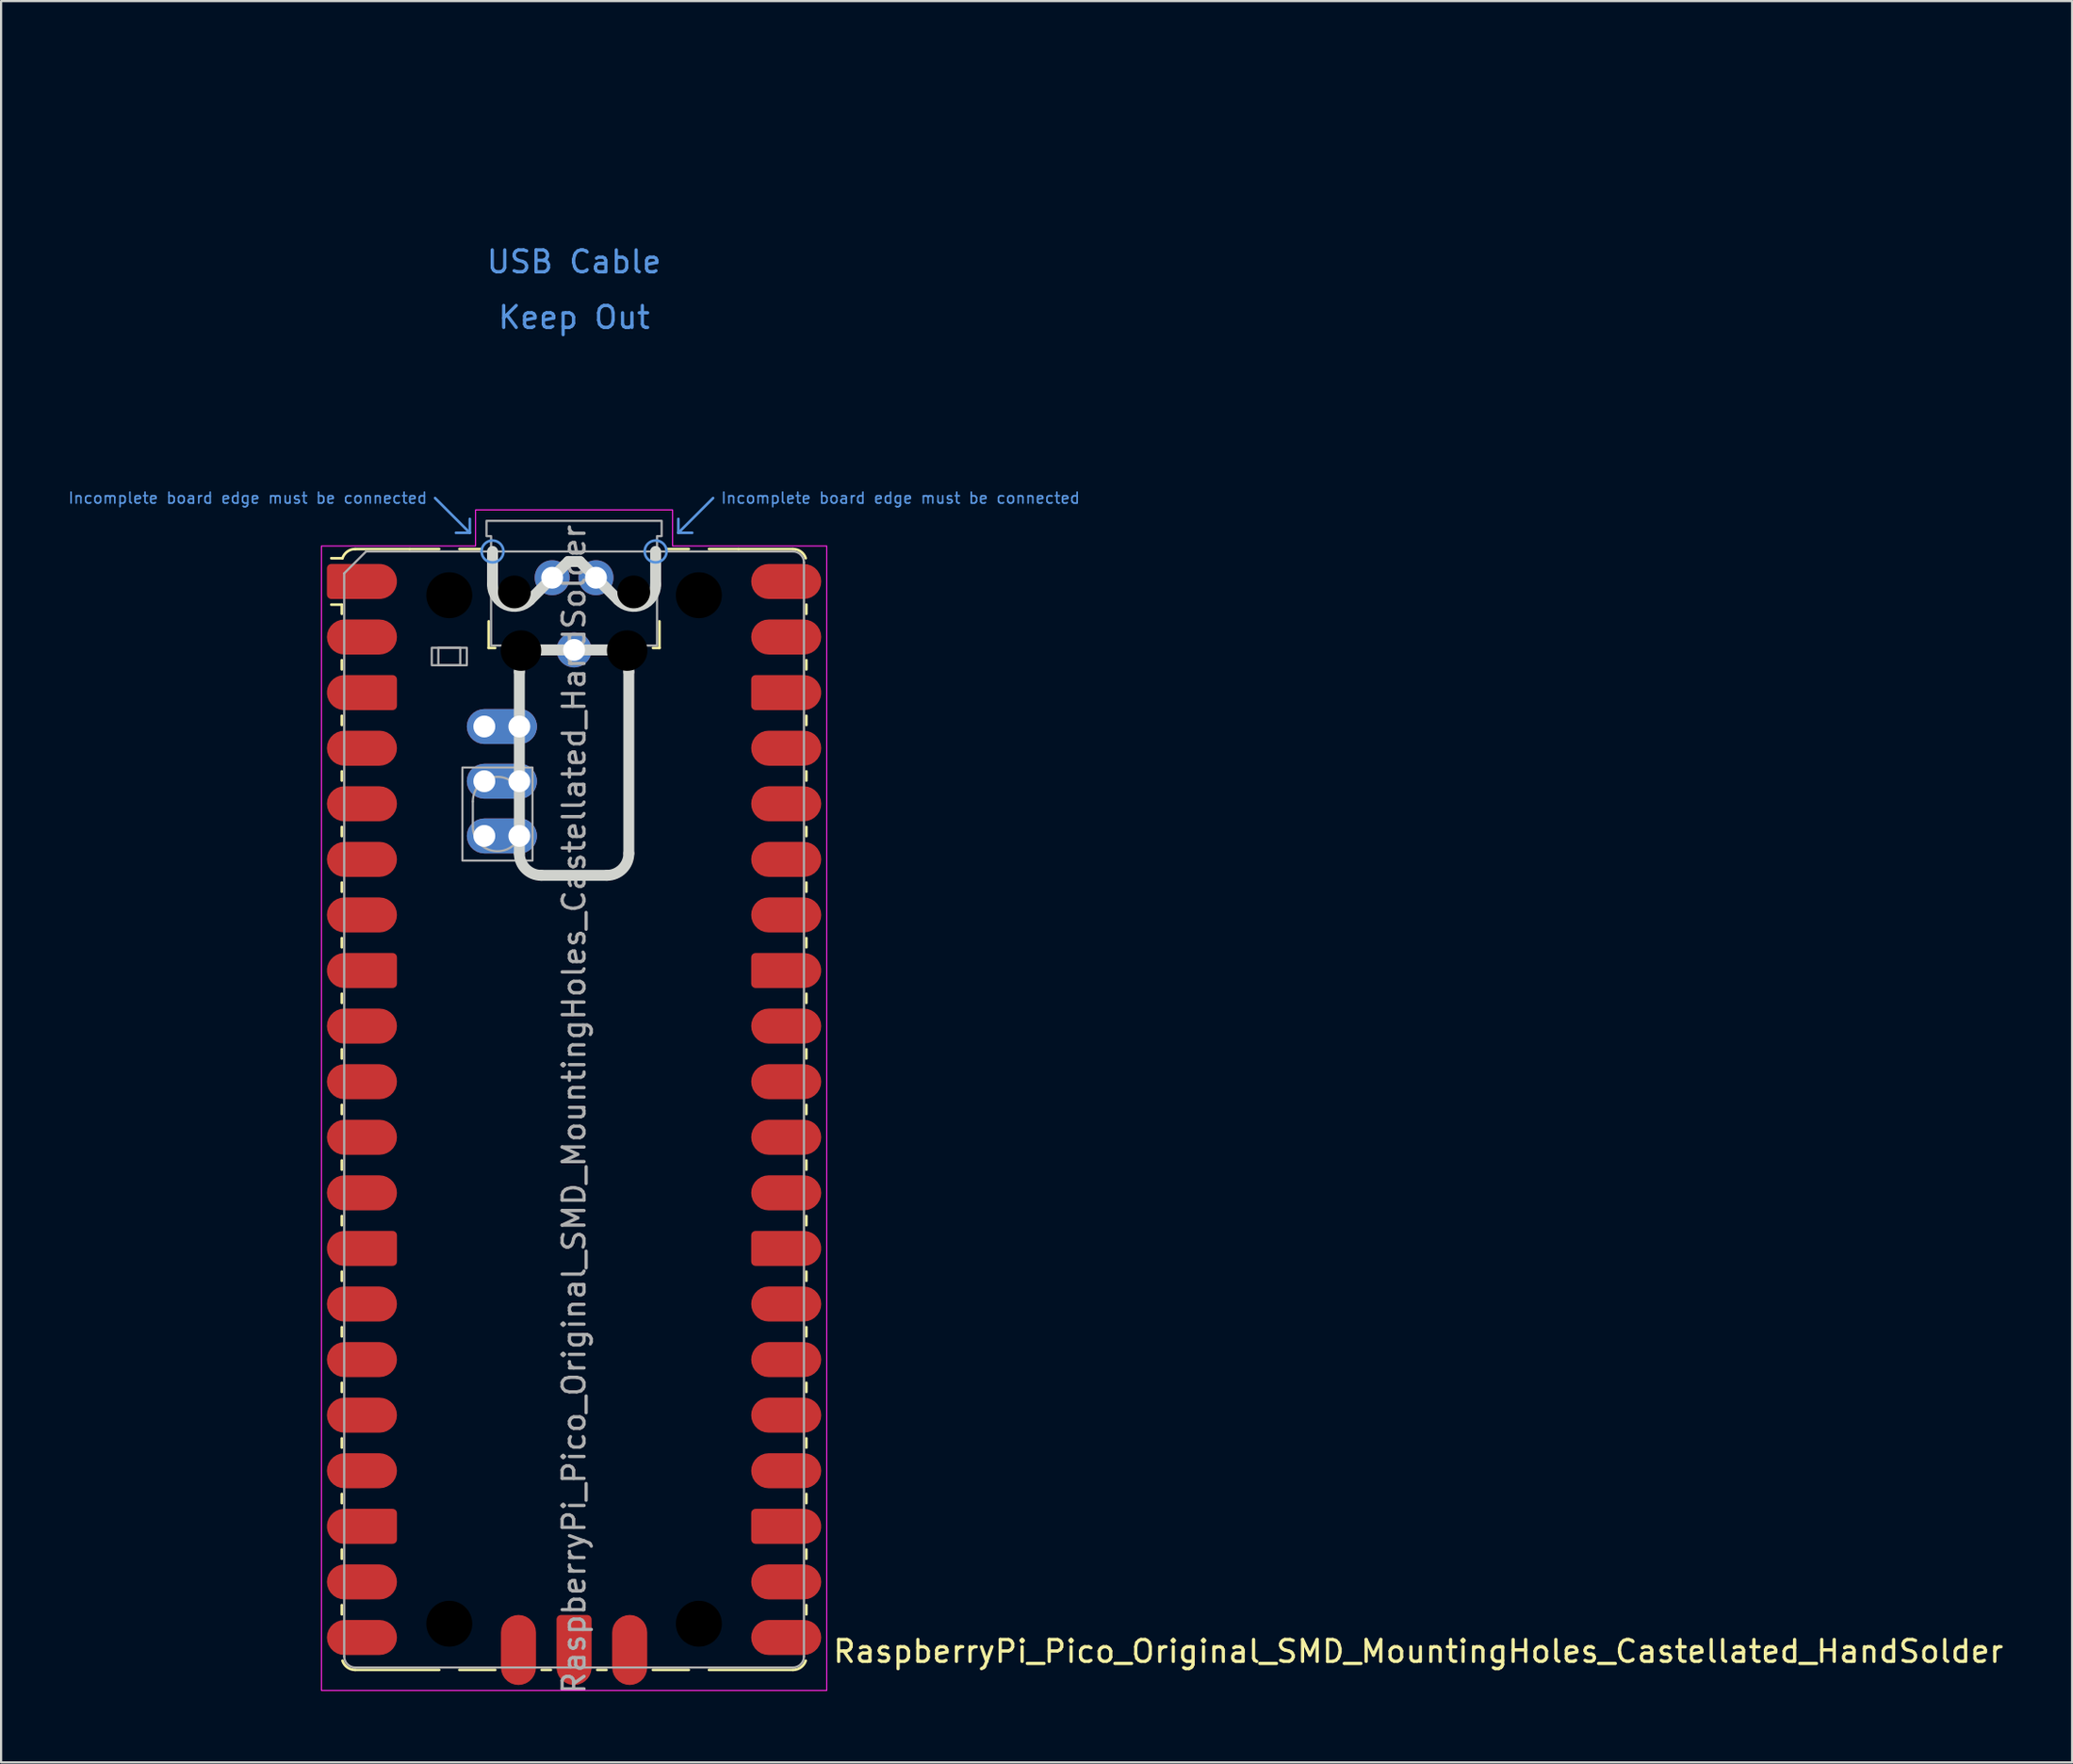
<source format=kicad_pcb>
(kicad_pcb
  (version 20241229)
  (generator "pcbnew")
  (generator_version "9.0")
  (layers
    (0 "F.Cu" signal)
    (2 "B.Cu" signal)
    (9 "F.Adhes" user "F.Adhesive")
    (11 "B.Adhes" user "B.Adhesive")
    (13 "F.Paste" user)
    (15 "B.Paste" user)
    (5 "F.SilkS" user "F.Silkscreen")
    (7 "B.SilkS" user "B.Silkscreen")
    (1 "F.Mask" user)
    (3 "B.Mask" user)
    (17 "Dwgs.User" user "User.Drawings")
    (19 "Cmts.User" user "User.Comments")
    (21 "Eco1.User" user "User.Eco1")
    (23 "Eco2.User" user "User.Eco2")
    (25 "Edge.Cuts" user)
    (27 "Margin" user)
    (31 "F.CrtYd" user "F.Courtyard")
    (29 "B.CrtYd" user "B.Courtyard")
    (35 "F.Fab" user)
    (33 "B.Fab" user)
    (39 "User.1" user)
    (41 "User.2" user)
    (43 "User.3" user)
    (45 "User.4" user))
  (footprint "RaspberryPi_Pico_Original_SMD_MountingHoles_Castellated_HandSolder"
    (layer "F.Cu")
    (at 23.173 47.65)
    (property "Reference" "RaspberryPi_Pico_Original_SMD_MountingHoles_Castellated_HandSolder" (at 11.748 24.765 0) (unlocked yes) (layer "F.SilkS") (effects (font (size 1 1) (thickness 0.15)) (justify left)))
    (attr smd)
    (fp_line (start -10.61 -23.07) (end -11.09 -23.07) (stroke (width 0.12) (type solid)) (layer "F.SilkS"))
    (fp_line (start -10.61 -23.07) (end -10.61 -22.65) (stroke (width 0.12) (type solid)) (layer "F.SilkS"))
    (fp_line (start -10.61 -20.53) (end -10.61 -20.11) (stroke (width 0.12) (type solid)) (layer "F.SilkS"))
    (fp_line (start -10.61 -17.99) (end -10.61 -17.57) (stroke (width 0.12) (type solid)) (layer "F.SilkS"))
    (fp_line (start -10.61 -15.45) (end -10.61 -15.03) (stroke (width 0.12) (type solid)) (layer "F.SilkS"))
    (fp_line (start -10.61 -12.91) (end -10.61 -12.49) (stroke (width 0.12) (type solid)) (layer "F.SilkS"))
    (fp_line (start -10.61 -10.37) (end -10.61 -9.95) (stroke (width 0.12) (type solid)) (layer "F.SilkS"))
    (fp_line (start -10.61 -7.83) (end -10.61 -7.41) (stroke (width 0.12) (type solid)) (layer "F.SilkS"))
    (fp_line (start -10.61 -5.29) (end -10.61 -4.87) (stroke (width 0.12) (type solid)) (layer "F.SilkS"))
    (fp_line (start -10.61 -2.75) (end -10.61 -2.33) (stroke (width 0.12) (type solid)) (layer "F.SilkS"))
    (fp_line (start -10.61 -0.21) (end -10.61 0.21) (stroke (width 0.12) (type solid)) (layer "F.SilkS"))
    (fp_line (start -10.61 2.33) (end -10.61 2.75) (stroke (width 0.12) (type solid)) (layer "F.SilkS"))
    (fp_line (start -10.61 4.87) (end -10.61 5.29) (stroke (width 0.12) (type solid)) (layer "F.SilkS"))
    (fp_line (start -10.61 7.41) (end -10.61 7.83) (stroke (width 0.12) (type solid)) (layer "F.SilkS"))
    (fp_line (start -10.61 9.95) (end -10.61 10.37) (stroke (width 0.12) (type solid)) (layer "F.SilkS"))
    (fp_line (start -10.61 12.49) (end -10.61 12.91) (stroke (width 0.12) (type solid)) (layer "F.SilkS"))
    (fp_line (start -10.61 15.03) (end -10.61 15.45) (stroke (width 0.12) (type solid)) (layer "F.SilkS"))
    (fp_line (start -10.61 17.57) (end -10.61 17.99) (stroke (width 0.12) (type solid)) (layer "F.SilkS"))
    (fp_line (start -10.61 20.11) (end -10.61 20.53) (stroke (width 0.12) (type solid)) (layer "F.SilkS"))
    (fp_line (start -10.61 22.65) (end -10.61 23.07) (stroke (width 0.12) (type solid)) (layer "F.SilkS"))
    (fp_line (start -10.58 -25.19) (end -11.09 -25.19) (stroke (width 0.12) (type solid)) (layer "F.SilkS"))
    (fp_line (start -10 -25.61) (end -7.51 -25.61) (stroke (width 0.12) (type solid)) (layer "F.SilkS"))
    (fp_line (start -10 25.61) (end -6.162 25.61) (stroke (width 0.12) (type solid)) (layer "F.SilkS"))
    (fp_line (start -7.51 -25.61) (end -6.162 -25.61) (stroke (width 0.12) (type solid)) (layer "F.SilkS"))
    (fp_line (start -5.238 -25.61) (end -4.235 -25.61) (stroke (width 0.12) (type solid)) (layer "F.SilkS"))
    (fp_line (start -3.9 -22.306) (end -3.9 -21.09) (stroke (width 0.12) (type solid)) (layer "F.SilkS"))
    (fp_line (start -3.9 -21.09) (end -3.604 -21.09) (stroke (width 0.12) (type solid)) (layer "F.SilkS"))
    (fp_line (start -3.6 25.61) (end -5.238 25.61) (stroke (width 0.12) (type solid)) (layer "F.SilkS"))
    (fp_line (start -1.48 25.61) (end -1.06 25.61) (stroke (width 0.12) (type solid)) (layer "F.SilkS"))
    (fp_line (start 1.06 25.61) (end 1.48 25.61) (stroke (width 0.12) (type solid)) (layer "F.SilkS"))
    (fp_line (start 3.604 -21.09) (end 3.9 -21.09) (stroke (width 0.12) (type solid)) (layer "F.SilkS"))
    (fp_line (start 3.9 -22.306) (end 3.9 -21.09) (stroke (width 0.12) (type solid)) (layer "F.SilkS"))
    (fp_line (start 4.235 -25.61) (end 5.238 -25.61) (stroke (width 0.12) (type solid)) (layer "F.SilkS"))
    (fp_line (start 5.238 25.61) (end 3.6 25.61) (stroke (width 0.12) (type solid)) (layer "F.SilkS"))
    (fp_line (start 6.162 -25.61) (end 7.51 -25.61) (stroke (width 0.12) (type solid)) (layer "F.SilkS"))
    (fp_line (start 6.162 25.61) (end 10 25.61) (stroke (width 0.12) (type solid)) (layer "F.SilkS"))
    (fp_line (start 10 -25.61) (end 7.51 -25.61) (stroke (width 0.12) (type solid)) (layer "F.SilkS"))
    (fp_line (start 10.61 -23.07) (end 10.61 -22.65) (stroke (width 0.12) (type solid)) (layer "F.SilkS"))
    (fp_line (start 10.61 -20.53) (end 10.61 -20.11) (stroke (width 0.12) (type solid)) (layer "F.SilkS"))
    (fp_line (start 10.61 -17.99) (end 10.61 -17.57) (stroke (width 0.12) (type solid)) (layer "F.SilkS"))
    (fp_line (start 10.61 -15.45) (end 10.61 -15.03) (stroke (width 0.12) (type solid)) (layer "F.SilkS"))
    (fp_line (start 10.61 -12.91) (end 10.61 -12.49) (stroke (width 0.12) (type solid)) (layer "F.SilkS"))
    (fp_line (start 10.61 -10.37) (end 10.61 -9.95) (stroke (width 0.12) (type solid)) (layer "F.SilkS"))
    (fp_line (start 10.61 -7.83) (end 10.61 -7.41) (stroke (width 0.12) (type solid)) (layer "F.SilkS"))
    (fp_line (start 10.61 -5.29) (end 10.61 -4.87) (stroke (width 0.12) (type solid)) (layer "F.SilkS"))
    (fp_line (start 10.61 -2.75) (end 10.61 -2.33) (stroke (width 0.12) (type solid)) (layer "F.SilkS"))
    (fp_line (start 10.61 -0.21) (end 10.61 0.21) (stroke (width 0.12) (type solid)) (layer "F.SilkS"))
    (fp_line (start 10.61 2.33) (end 10.61 2.75) (stroke (width 0.12) (type solid)) (layer "F.SilkS"))
    (fp_line (start 10.61 4.87) (end 10.61 5.29) (stroke (width 0.12) (type solid)) (layer "F.SilkS"))
    (fp_line (start 10.61 7.41) (end 10.61 7.83) (stroke (width 0.12) (type solid)) (layer "F.SilkS"))
    (fp_line (start 10.61 9.95) (end 10.61 10.37) (stroke (width 0.12) (type solid)) (layer "F.SilkS"))
    (fp_line (start 10.61 12.49) (end 10.61 12.91) (stroke (width 0.12) (type solid)) (layer "F.SilkS"))
    (fp_line (start 10.61 15.03) (end 10.61 15.45) (stroke (width 0.12) (type solid)) (layer "F.SilkS"))
    (fp_line (start 10.61 17.57) (end 10.61 17.99) (stroke (width 0.12) (type solid)) (layer "F.SilkS"))
    (fp_line (start 10.61 20.11) (end 10.61 20.53) (stroke (width 0.12) (type solid)) (layer "F.SilkS"))
    (fp_line (start 10.61 22.65) (end 10.61 23.07) (stroke (width 0.12) (type solid)) (layer "F.SilkS"))
    (fp_arc (start -10.579676 -25.189937) (mid -10.357938 -25.493944) (end -10 -25.61) (stroke (width 0.12) (type solid)) (layer "F.SilkS"))
    (fp_arc (start -10 25.61) (mid -10.357937 25.493944) (end -10.579676 25.189937) (stroke (width 0.12) (type solid)) (layer "F.SilkS"))
    (fp_arc (start 10 -25.61) (mid 10.357937 -25.493944) (end 10.579676 -25.189937) (stroke (width 0.12) (type solid)) (layer "F.SilkS"))
    (fp_arc (start 10.579676 25.189937) (mid 10.357958 25.493991) (end 10 25.61) (stroke (width 0.12) (type solid)) (layer "F.SilkS"))
    (fp_line (start -6.35 -27.94) (end -4.763 -26.352) (stroke (width 0.12) (type solid)) (layer "Cmts.User"))
    (fp_line (start -4.763 -26.352) (end -5.397 -26.352) (stroke (width 0.12) (type solid)) (layer "Cmts.User"))
    (fp_line (start -4.763 -26.352) (end -4.763 -26.988) (stroke (width 0.12) (type solid)) (layer "Cmts.User"))
    (fp_line (start 4.763 -26.352) (end 4.763 -26.988) (stroke (width 0.12) (type solid)) (layer "Cmts.User"))
    (fp_line (start 4.763 -26.352) (end 5.397 -26.352) (stroke (width 0.12) (type solid)) (layer "Cmts.User"))
    (fp_line (start 6.35 -27.94) (end 4.763 -26.352) (stroke (width 0.12) (type solid)) (layer "Cmts.User"))
    (fp_circle (center -3.725 -25.5) (end -3.225 -25.5) (stroke (width 0.12) (type solid)) (fill no) (layer "Cmts.User"))
    (fp_circle (center 3.725 -25.5) (end 3.225 -25.5) (stroke (width 0.12) (type solid)) (fill no) (layer "Cmts.User"))
    (fp_line (start -3.725 -23.989) (end -3.725 -25.5) (stroke (width 0.5) (type solid)) (layer "Edge.Cuts"))
    (fp_line (start -2.5 -20) (end -2.5 -11.7) (stroke (width 0.5) (type solid)) (layer "Edge.Cuts"))
    (fp_line (start -2.018 -23.282) (end -0.258 -25.042) (stroke (width 0.5) (type solid)) (layer "Edge.Cuts"))
    (fp_line (start 0.258 -25.042) (end -0.258 -25.042) (stroke (width 0.5) (type solid)) (layer "Edge.Cuts"))
    (fp_line (start 1.5 -21) (end -1.5 -21) (stroke (width 0.5) (type solid)) (layer "Edge.Cuts"))
    (fp_line (start 1.5 -10.7) (end -1.5 -10.7) (stroke (width 0.5) (type solid)) (layer "Edge.Cuts"))
    (fp_line (start 2.018 -23.282) (end 0.258 -25.042) (stroke (width 0.5) (type solid)) (layer "Edge.Cuts"))
    (fp_line (start 2.5 -11.7) (end 2.5 -20) (stroke (width 0.5) (type solid)) (layer "Edge.Cuts"))
    (fp_line (start 3.725 -23.989) (end 3.725 -25.5) (stroke (width 0.5) (type solid)) (layer "Edge.Cuts"))
    (fp_arc (start -2.5 -20) (mid -2.207118 -20.707118) (end -1.5 -21) (stroke (width 0.5) (type solid)) (layer "Edge.Cuts"))
    (fp_arc (start -2.017893 -23.282106) (mid -3.107711 -23.065266) (end -3.725 -23.989213) (stroke (width 0.5) (type solid)) (layer "Edge.Cuts"))
    (fp_arc (start -1.5 -10.7) (mid -2.20711 -10.99289) (end -2.5 -11.7) (stroke (width 0.5) (type solid)) (layer "Edge.Cuts"))
    (fp_arc (start 1.5 -21) (mid 2.207107 -20.707107) (end 2.5 -20) (stroke (width 0.5) (type solid)) (layer "Edge.Cuts"))
    (fp_arc (start 2.5 -11.7) (mid 2.207095 -10.992905) (end 1.5 -10.7) (stroke (width 0.5) (type solid)) (layer "Edge.Cuts"))
    (fp_arc (start 3.725 -23.989213) (mid 3.107698 -23.06529) (end 2.017893 -23.282106) (stroke (width 0.5) (type solid)) (layer "Edge.Cuts"))
    (fp_poly (pts (xy -4.5 -27.4) (xy 4.5 -27.4) (xy 4.5 -25.75) (xy 11.54 -25.75) (xy 11.54 26.55) (xy -11.54 26.55) (xy -11.54 -25.75) (xy -4.5 -25.75)) (stroke (width 0.05) (type solid)) (fill no) (layer "F.CrtYd"))
    (fp_line (start -10.5 -24.5) (end -9.5 -25.5) (stroke (width 0.1) (type solid)) (layer "F.Fab"))
    (fp_line (start -10.5 25) (end -10.5 -24.5) (stroke (width 0.1) (type solid)) (layer "F.Fab"))
    (fp_line (start -9.5 -25.5) (end 10 -25.5) (stroke (width 0.1) (type solid)) (layer "F.Fab"))
    (fp_line (start -4.625 -14.075) (end -4.625 -12.925) (stroke (width 0.1) (type solid)) (layer "F.Fab"))
    (fp_line (start -2.375 -14.075) (end -2.375 -12.925) (stroke (width 0.1) (type solid)) (layer "F.Fab"))
    (fp_line (start 10 25.5) (end -10 25.5) (stroke (width 0.1) (type solid)) (layer "F.Fab"))
    (fp_line (start 10.5 -25) (end 10.5 25) (stroke (width 0.1) (type solid)) (layer "F.Fab"))
    (fp_rect (start -6.5 -21.1) (end -4.9 -20.3) (stroke (width 0.1) (type solid)) (fill no) (layer "F.Fab"))
    (fp_rect (start -6.2 -21.1) (end -5.2 -20.3) (stroke (width 0.1) (type solid)) (fill no) (layer "F.Fab"))
    (fp_rect (start -5.1 -15.625) (end -1.9 -11.375) (stroke (width 0.1) (type solid)) (fill no) (layer "F.Fab"))
    (fp_arc (start -10 25.5) (mid -10.353553 25.353553) (end -10.5 25) (stroke (width 0.1) (type solid)) (layer "F.Fab"))
    (fp_arc (start -4.625 -14.075) (mid -3.5 -15.2) (end -2.375 -14.075) (stroke (width 0.1) (type solid)) (layer "F.Fab"))
    (fp_arc (start -2.375 -12.925) (mid -3.5 -11.8) (end -4.625 -12.925) (stroke (width 0.1) (type solid)) (layer "F.Fab"))
    (fp_arc (start 10 -25.5) (mid 10.353553 -25.353553) (end 10.5 -25) (stroke (width 0.1) (type solid)) (layer "F.Fab"))
    (fp_arc (start 10.5 25) (mid 10.353553 25.353553) (end 10 25.5) (stroke (width 0.1) (type solid)) (layer "F.Fab"))
    (fp_poly (pts (xy 3.79 -21.2) (xy 3.79 -26.2) (xy 4 -26.2) (xy 4 -26.9) (xy -4 -26.9) (xy -4 -26.2) (xy -3.79 -26.2) (xy -3.79 -21.2)) (stroke (width 0.1) (type solid)) (fill no) (layer "F.Fab"))
    (fp_text user "Incomplete board edge must be connected" (at 6.668 -27.94 0) (unlocked yes) (layer "Cmts.User") (effects (font (size 0.5 0.5) (thickness 0.075)) (justify left)))
    (fp_text user "Incomplete board edge must be connected" (at -6.668 -27.94 0) (unlocked yes) (layer "Cmts.User") (effects (font (size 0.5 0.5) (thickness 0.075)) (justify right)))
    (fp_text user "USB Cable" (at 0 -38.735 0) (unlocked yes) (layer "Cmts.User") (effects (font (size 1 1) (thickness 0.15))))
    (fp_text user "Keep Out" (at 0 -36.195 0) (unlocked yes) (layer "Cmts.User") (effects (font (size 1 1) (thickness 0.15))))
    (fp_text user "${REFERENCE}" (at 0 0 90) (layer "F.Fab") (effects (font (size 1 1) (thickness 0.15))))
    (pad "" np_thru_hole circle (at -5.7 -23.5) (size 3.8 3.8) (drill 2.1) (layers "*.Mask"))
    (pad "" np_thru_hole circle (at -5.7 23.5) (size 3.8 3.8) (drill 2.1) (layers "*.Mask"))
    (pad "" np_thru_hole circle (at -2.725 -23.65) (size 1.5 1.5) (drill 1.5) (layers "*.Mask"))
    (pad "" np_thru_hole circle (at -2.425 -20.97) (size 1.85 1.85) (drill 1.85) (layers "*.Mask"))
    (pad "" np_thru_hole circle (at 2.425 -20.97) (size 1.85 1.85) (drill 1.85) (layers "*.Mask"))
    (pad "" np_thru_hole circle (at 2.725 -23.65) (size 1.5 1.5) (drill 1.5) (layers "*.Mask"))
    (pad "" np_thru_hole circle (at 5.7 -23.5) (size 3.8 3.8) (drill 2.1) (layers "*.Mask"))
    (pad "" np_thru_hole circle (at 5.7 23.5) (size 3.8 3.8) (drill 2.1) (layers "*.Mask"))
    (pad "1" smd custom (at -8.89 -24.13) (size 1.6 1.6) (layers "F.Cu" "F.Mask" "F.Paste") (options (anchor circle)) (primitives (gr_poly (pts (xy -2.4 0.6) (xy -2.4 -0.6) (xy -2.2 -0.8) (xy 0 -0.8) (xy 0 0.8) (xy -2.2 0.8)) (width 0) (fill yes)) (gr_circle (center -2.2 0.6) (end -2 0.6) (width 0) (fill yes)) (gr_circle (center -2.2 -0.6) (end -2 -0.6) (width 0) (fill yes))))
    (pad "2" smd roundrect (at -8.89 -21.59) (size 3.2 1.6) (drill (offset -0.8 0)) (layers "F.Cu" "F.Mask" "F.Paste") (roundrect_rratio 0.5))
    (pad "3" smd custom (at -8.89 -19.05) (size 1.6 1.6) (layers "F.Cu" "F.Mask" "F.Paste") (options (anchor circle)) (primitives (gr_poly (pts (xy 0.8 -0.6) (xy 0.8 0.6) (xy 0.6 0.8) (xy -1.6 0.8) (xy -1.6 -0.8) (xy 0.6 -0.8)) (width 0) (fill yes)) (gr_circle (center 0.6 0.6) (end 0.8 0.6) (width 0) (fill yes)) (gr_circle (center 0.6 -0.6) (end 0.8 -0.6) (width 0) (fill yes)) (gr_circle (center -1.6 0) (end -0.8 0) (width 0) (fill yes))))
    (pad "4" smd roundrect (at -8.89 -16.51) (size 3.2 1.6) (drill (offset -0.8 0)) (layers "F.Cu" "F.Mask" "F.Paste") (roundrect_rratio 0.5))
    (pad "5" smd roundrect (at -8.89 -13.97) (size 3.2 1.6) (drill (offset -0.8 0)) (layers "F.Cu" "F.Mask" "F.Paste") (roundrect_rratio 0.5))
    (pad "6" smd roundrect (at -8.89 -11.43) (size 3.2 1.6) (drill (offset -0.8 0)) (layers "F.Cu" "F.Mask" "F.Paste") (roundrect_rratio 0.5))
    (pad "7" smd roundrect (at -8.89 -8.89) (size 3.2 1.6) (drill (offset -0.8 0)) (layers "F.Cu" "F.Mask" "F.Paste") (roundrect_rratio 0.5))
    (pad "8" smd custom (at -8.89 -6.35) (size 1.6 1.6) (layers "F.Cu" "F.Mask" "F.Paste") (options (anchor circle)) (primitives (gr_poly (pts (xy 0.8 -0.6) (xy 0.8 0.6) (xy 0.6 0.8) (xy -1.6 0.8) (xy -1.6 -0.8) (xy 0.6 -0.8)) (width 0) (fill yes)) (gr_circle (center 0.6 0.6) (end 0.8 0.6) (width 0) (fill yes)) (gr_circle (center 0.6 -0.6) (end 0.8 -0.6) (width 0) (fill yes)) (gr_circle (center -1.6 0) (end -0.8 0) (width 0) (fill yes))))
    (pad "9" smd roundrect (at -8.89 -3.81) (size 3.2 1.6) (drill (offset -0.8 0)) (layers "F.Cu" "F.Mask" "F.Paste") (roundrect_rratio 0.5))
    (pad "10" smd roundrect (at -8.89 -1.27) (size 3.2 1.6) (drill (offset -0.8 0)) (layers "F.Cu" "F.Mask" "F.Paste") (roundrect_rratio 0.5))
    (pad "11" smd roundrect (at -8.89 1.27) (size 3.2 1.6) (drill (offset -0.8 0)) (layers "F.Cu" "F.Mask" "F.Paste") (roundrect_rratio 0.5))
    (pad "12" smd roundrect (at -8.89 3.81) (size 3.2 1.6) (drill (offset -0.8 0)) (layers "F.Cu" "F.Mask" "F.Paste") (roundrect_rratio 0.5))
    (pad "13" smd custom (at -8.89 6.35) (size 1.6 1.6) (layers "F.Cu" "F.Mask" "F.Paste") (options (anchor circle)) (primitives (gr_poly (pts (xy 0.8 -0.6) (xy 0.8 0.6) (xy 0.6 0.8) (xy -1.6 0.8) (xy -1.6 -0.8) (xy 0.6 -0.8)) (width 0) (fill yes)) (gr_circle (center 0.6 0.6) (end 0.8 0.6) (width 0) (fill yes)) (gr_circle (center 0.6 -0.6) (end 0.8 -0.6) (width 0) (fill yes)) (gr_circle (center -1.6 0) (end -0.8 0) (width 0) (fill yes))))
    (pad "14" smd roundrect (at -8.89 8.89) (size 3.2 1.6) (drill (offset -0.8 0)) (layers "F.Cu" "F.Mask" "F.Paste") (roundrect_rratio 0.5))
    (pad "15" smd roundrect (at -8.89 11.43) (size 3.2 1.6) (drill (offset -0.8 0)) (layers "F.Cu" "F.Mask" "F.Paste") (roundrect_rratio 0.5))
    (pad "16" smd roundrect (at -8.89 13.97) (size 3.2 1.6) (drill (offset -0.8 0)) (layers "F.Cu" "F.Mask" "F.Paste") (roundrect_rratio 0.5))
    (pad "17" smd roundrect (at -8.89 16.51) (size 3.2 1.6) (drill (offset -0.8 0)) (layers "F.Cu" "F.Mask" "F.Paste") (roundrect_rratio 0.5))
    (pad "18" smd custom (at -8.89 19.05) (size 1.6 1.6) (layers "F.Cu" "F.Mask" "F.Paste") (options (anchor circle)) (primitives (gr_poly (pts (xy 0.8 -0.6) (xy 0.8 0.6) (xy 0.6 0.8) (xy -1.6 0.8) (xy -1.6 -0.8) (xy 0.6 -0.8)) (width 0) (fill yes)) (gr_circle (center 0.6 0.6) (end 0.8 0.6) (width 0) (fill yes)) (gr_circle (center 0.6 -0.6) (end 0.8 -0.6) (width 0) (fill yes)) (gr_circle (center -1.6 0) (end -0.8 0) (width 0) (fill yes))))
    (pad "19" smd roundrect (at -8.89 21.59) (size 3.2 1.6) (drill (offset -0.8 0)) (layers "F.Cu" "F.Mask" "F.Paste") (roundrect_rratio 0.5))
    (pad "20" smd roundrect (at -8.89 24.13) (size 3.2 1.6) (drill (offset -0.8 0)) (layers "F.Cu" "F.Mask" "F.Paste") (roundrect_rratio 0.5))
    (pad "21" smd roundrect (at 8.89 24.13) (size 3.2 1.6) (drill (offset 0.8 0)) (layers "F.Cu" "F.Mask" "F.Paste") (roundrect_rratio 0.5))
    (pad "22" smd roundrect (at 8.89 21.59) (size 3.2 1.6) (drill (offset 0.8 0)) (layers "F.Cu" "F.Mask" "F.Paste") (roundrect_rratio 0.5))
    (pad "23" smd custom (at 8.89 19.05) (size 1.6 1.6) (layers "F.Cu" "F.Mask" "F.Paste") (options (anchor circle)) (primitives (gr_poly (pts (xy -0.8 -0.6) (xy -0.8 0.6) (xy -0.6 0.8) (xy 1.6 0.8) (xy 1.6 -0.8) (xy -0.6 -0.8)) (width 0) (fill yes)) (gr_circle (center -0.6 0.6) (end -0.4 0.6) (width 0) (fill yes)) (gr_circle (center -0.6 -0.6) (end -0.4 -0.6) (width 0) (fill yes)) (gr_circle (center 1.6 0) (end 2.4 0) (width 0) (fill yes))))
    (pad "24" smd roundrect (at 8.89 16.51) (size 3.2 1.6) (drill (offset 0.8 0)) (layers "F.Cu" "F.Mask" "F.Paste") (roundrect_rratio 0.5))
    (pad "25" smd roundrect (at 8.89 13.97) (size 3.2 1.6) (drill (offset 0.8 0)) (layers "F.Cu" "F.Mask" "F.Paste") (roundrect_rratio 0.5))
    (pad "26" smd roundrect (at 8.89 11.43) (size 3.2 1.6) (drill (offset 0.8 0)) (layers "F.Cu" "F.Mask" "F.Paste") (roundrect_rratio 0.5))
    (pad "27" smd roundrect (at 8.89 8.89) (size 3.2 1.6) (drill (offset 0.8 0)) (layers "F.Cu" "F.Mask" "F.Paste") (roundrect_rratio 0.5))
    (pad "28" smd custom (at 8.89 6.35) (size 1.6 1.6) (layers "F.Cu" "F.Mask" "F.Paste") (options (anchor circle)) (primitives (gr_poly (pts (xy -0.8 -0.6) (xy -0.8 0.6) (xy -0.6 0.8) (xy 1.6 0.8) (xy 1.6 -0.8) (xy -0.6 -0.8)) (width 0) (fill yes)) (gr_circle (center -0.6 0.6) (end -0.4 0.6) (width 0) (fill yes)) (gr_circle (center -0.6 -0.6) (end -0.4 -0.6) (width 0) (fill yes)) (gr_circle (center 1.6 0) (end 2.4 0) (width 0) (fill yes))))
    (pad "29" smd roundrect (at 8.89 3.81) (size 3.2 1.6) (drill (offset 0.8 0)) (layers "F.Cu" "F.Mask" "F.Paste") (roundrect_rratio 0.5))
    (pad "30" smd roundrect (at 8.89 1.27) (size 3.2 1.6) (drill (offset 0.8 0)) (layers "F.Cu" "F.Mask" "F.Paste") (roundrect_rratio 0.5))
    (pad "31" smd roundrect (at 8.89 -1.27) (size 3.2 1.6) (drill (offset 0.8 0)) (layers "F.Cu" "F.Mask" "F.Paste") (roundrect_rratio 0.5))
    (pad "32" smd roundrect (at 8.89 -3.81) (size 3.2 1.6) (drill (offset 0.8 0)) (layers "F.Cu" "F.Mask" "F.Paste") (roundrect_rratio 0.5))
    (pad "33" smd custom (at 8.89 -6.35) (size 1.6 1.6) (layers "F.Cu" "F.Mask" "F.Paste") (options (anchor circle)) (primitives (gr_poly (pts (xy -0.8 -0.6) (xy -0.8 0.6) (xy -0.6 0.8) (xy 1.6 0.8) (xy 1.6 -0.8) (xy -0.6 -0.8)) (width 0) (fill yes)) (gr_circle (center -0.6 0.6) (end -0.4 0.6) (width 0) (fill yes)) (gr_circle (center -0.6 -0.6) (end -0.4 -0.6) (width 0) (fill yes)) (gr_circle (center 1.6 0) (end 2.4 0) (width 0) (fill yes))))
    (pad "34" smd roundrect (at 8.89 -8.89) (size 3.2 1.6) (drill (offset 0.8 0)) (layers "F.Cu" "F.Mask" "F.Paste") (roundrect_rratio 0.5))
    (pad "35" smd roundrect (at 8.89 -11.43) (size 3.2 1.6) (drill (offset 0.8 0)) (layers "F.Cu" "F.Mask" "F.Paste") (roundrect_rratio 0.5))
    (pad "36" smd roundrect (at 8.89 -13.97) (size 3.2 1.6) (drill (offset 0.8 0)) (layers "F.Cu" "F.Mask" "F.Paste") (roundrect_rratio 0.5))
    (pad "37" smd roundrect (at 8.89 -16.51) (size 3.2 1.6) (drill (offset 0.8 0)) (layers "F.Cu" "F.Mask" "F.Paste") (roundrect_rratio 0.5))
    (pad "38" smd custom (at 8.89 -19.05) (size 1.6 1.6) (layers "F.Cu" "F.Mask" "F.Paste") (options (anchor circle)) (primitives (gr_poly (pts (xy -0.8 -0.6) (xy -0.8 0.6) (xy -0.6 0.8) (xy 1.6 0.8) (xy 1.6 -0.8) (xy -0.6 -0.8)) (width 0) (fill yes)) (gr_circle (center -0.6 0.6) (end -0.4 0.6) (width 0) (fill yes)) (gr_circle (center -0.6 -0.6) (end -0.4 -0.6) (width 0) (fill yes)) (gr_circle (center 1.6 0) (end 2.4 0) (width 0) (fill yes))))
    (pad "39" smd roundrect (at 8.89 -21.59) (size 3.2 1.6) (drill (offset 0.8 0)) (layers "F.Cu" "F.Mask" "F.Paste") (roundrect_rratio 0.5))
    (pad "40" smd roundrect (at 8.89 -24.13) (size 3.2 1.6) (drill (offset 0.8 0)) (layers "F.Cu" "F.Mask" "F.Paste") (roundrect_rratio 0.5))
    (pad "D1" smd roundrect (at -2.54 23.9 90) (size 3.2 1.6) (drill (offset -0.8 0)) (layers "F.Cu" "F.Mask" "F.Paste") (roundrect_rratio 0.5))
    (pad "D2" smd custom (at 0 23.9 270) (size 1.6 1.6) (layers "F.Cu" "F.Mask" "F.Paste") (options (anchor circle)) (primitives (gr_poly (pts (xy -0.8 -0.6) (xy -0.8 0.6) (xy -0.6 0.8) (xy 1.6 0.8) (xy 1.6 -0.8) (xy -0.6 -0.8)) (width 0) (fill yes)) (gr_circle (center -0.6 0.6) (end -0.4 0.6) (width 0) (fill yes)) (gr_circle (center -0.6 -0.6) (end -0.4 -0.6) (width 0) (fill yes)) (gr_circle (center 1.6 0) (end 2.4 0) (width 0) (fill yes))))
    (pad "D3" smd roundrect (at 2.54 23.9 90) (size 3.2 1.6) (drill (offset -0.8 0)) (layers "F.Cu" "F.Mask" "F.Paste") (roundrect_rratio 0.5))
    (pad "TP1" thru_hole circle (at 0 -21) (size 1.6 1.6) (drill 1) (property pad_prop_castellated) (layers "*.Cu" "*.Mask"))
    (pad "TP2" thru_hole circle (at 1 -24.3) (size 1.6 1.6) (drill 1) (property pad_prop_castellated) (layers "*.Cu" "*.Mask"))
    (pad "TP3" thru_hole circle (at -1 -24.3) (size 1.6 1.6) (drill 1) (property pad_prop_castellated) (layers "*.Cu" "*.Mask"))
    (pad "TP4" thru_hole roundrect (at -4.1 -17.5) (size 3.2 1.6) (drill 1 (offset 0.8 0)) (property pad_prop_castellated) (layers "*.Cu" "*.Mask") (roundrect_rratio 0.5))
    (pad "TP4" thru_hole circle (at -2.5 -17.5) (size 1.6 1.6) (drill 1) (property pad_prop_castellated) (layers "*.Cu" "*.Mask"))
    (pad "TP5" thru_hole roundrect (at -4.1 -15) (size 3.2 1.6) (drill 1 (offset 0.8 0)) (property pad_prop_castellated) (layers "*.Cu" "*.Mask") (roundrect_rratio 0.5))
    (pad "TP5" thru_hole circle (at -2.5 -15) (size 1.6 1.6) (drill 1) (property pad_prop_castellated) (layers "*.Cu" "*.Mask"))
    (pad "TP6" thru_hole roundrect (at -4.1 -12.5) (size 3.2 1.6) (drill 1 (offset 0.8 0)) (property pad_prop_castellated) (layers "*.Cu" "*.Mask") (roundrect_rratio 0.5))
    (pad "TP6" thru_hole circle (at -2.5 -12.5) (size 1.6 1.6) (drill 1) (property pad_prop_castellated) (layers "*.Cu" "*.Mask"))
    (zone (net_name "") (layer "Edge.Cuts") (name "Board Keep Out USB Cable") (hatch edge 0.5) (connect_pads) (min_thickness 0.254) (filled_areas_thickness no) (keepout (tracks allowed) (vias allowed) (pads allowed) (copperpour allowed) (footprints allowed)) (placement (enabled no)) (fill) (polygon (pts (xy 16.973 0) (xy 29.373 0) (xy 29.373 20.4) (xy 16.973 20.4))))
    (zone (net_name "") (layer "Edge.Cuts") (name "Board Keep Out Castellated TP") (hatch edge 0.5) (connect_pads) (min_thickness 0.254) (filled_areas_thickness no) (keepout (tracks allowed) (vias allowed) (pads allowed) (copperpour allowed) (footprints allowed)) (placement (enabled no)) (fill) (polygon (pts (arc (start 24.673447 36.95) (mid 25.380554 36.657107) (end 25.673447 35.95)) (arc (start 25.673447 27.65) (mid 25.380554 26.942893) (end 24.673447 26.65)) (arc (start 21.673447 26.65) (mid 20.96634 26.942893) (end 20.673447 27.65)) (arc (start 20.673447 35.95) (mid 20.966343 36.657104) (end 21.673447 36.95)))))
    (zone (net_name "") (layer "Edge.Cuts") (name "Board Keep Out Castellated USB") (hatch edge 0.5) (connect_pads) (min_thickness 0.25) (filled_areas_thickness no) (keepout (tracks allowed) (vias allowed) (pads allowed) (copperpour allowed) (footprints allowed)) (placement (enabled no)) (fill) (polygon (pts (arc (start 20.448447 20.607538) (mid 19.74134 20.900431) (end 19.448447 21.607538)) (arc (start 19.448447 23.660787) (mid 20.065759 24.584679) (end 21.155554 24.367894)) (xy 22.916 22.608) (xy 23.431 22.608) (arc (start 25.19134 24.367894) (mid 26.281135 24.584679) (end 26.898447 23.660787)) (arc (start 26.898447 21.607538) (mid 26.605554 20.900431) (end 25.898447 20.607538)))))
    (zone (net_name "") (layer "F.CrtYd") (name "USB Cable Keep Out") (hatch full 0.5) (connect_pads) (min_thickness 0.254) (filled_areas_thickness no) (keepout (tracks allowed) (vias allowed) (pads allowed) (copperpour allowed) (footprints not_allowed)) (placement (enabled no)) (fill) (polygon (pts (xy 17.423 19.95) (xy 19.233 19.95) (xy 19.233 20.25) (xy 27.113 20.25) (xy 27.113 19.95) (xy 28.923 19.95) (xy 28.923 0.45) (xy 17.423 0.45)))))
  (gr_rect
    (start -3 -3)
    (end 91.6 77.489)
    (stroke (width 0.1) (type default))
    (fill no)
    (layer "Edge.Cuts")))
</source>
